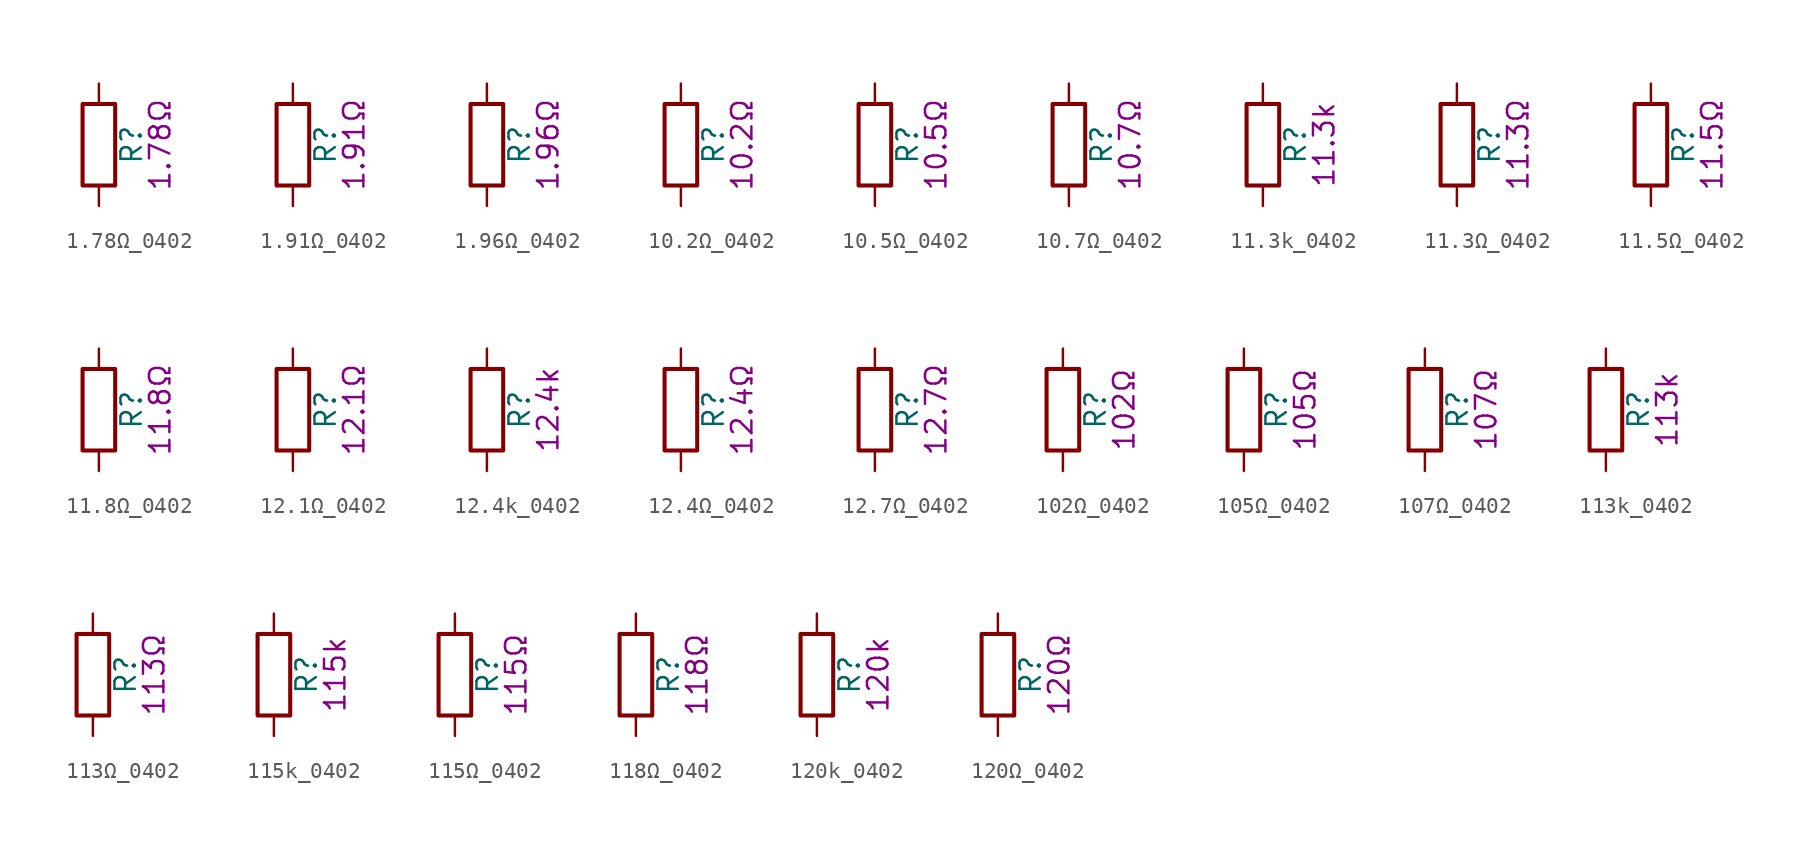
<source format=kicad_sym>
(kicad_symbol_lib
  (version 20211014)
  (generator kicad_symbol_editor)
  (symbol "1.78Ω_0402"
    (pin_numbers hide)
    (pin_names
      (offset 0))
    (property "Reference" "R"
      (at 2.032 0 90)
      (effects (font (size 1.27 1.27))))
    (property "Display" "1.78Ω"
      (at 3.81 0 90)
      (effects (font (size 1.27 1.27))))
    (symbol "1.78Ω_0402_0_1"
      (rectangle (start -1.016 -2.54) (end 1.016 2.54) (stroke (width 0.254) (type default) (color 0 0 0 0)) (fill (type none))))
    (symbol "1.78Ω_0402_1_1"
      (pin passive line (at 0 3.81 270) (length 1.27) (name "~" (effects (font (size 1.27 1.27)))) (number "1" (effects (font (size 1.27 1.27)))))
      (pin passive line (at 0 -3.81 90) (length 1.27) (name "~" (effects (font (size 1.27 1.27)))) (number "2" (effects (font (size 1.27 1.27)))))))
  (symbol "1.91Ω_0402"
    (pin_numbers hide)
    (pin_names
      (offset 0))
    (property "Reference" "R"
      (at 2.032 0 90)
      (effects (font (size 1.27 1.27))))
    (property "Display" "1.91Ω"
      (at 3.81 0 90)
      (effects (font (size 1.27 1.27))))
    (symbol "1.91Ω_0402_0_1"
      (rectangle (start -1.016 -2.54) (end 1.016 2.54) (stroke (width 0.254) (type default) (color 0 0 0 0)) (fill (type none))))
    (symbol "1.91Ω_0402_1_1"
      (pin passive line (at 0 3.81 270) (length 1.27) (name "~" (effects (font (size 1.27 1.27)))) (number "1" (effects (font (size 1.27 1.27)))))
      (pin passive line (at 0 -3.81 90) (length 1.27) (name "~" (effects (font (size 1.27 1.27)))) (number "2" (effects (font (size 1.27 1.27)))))))
  (symbol "1.96Ω_0402"
    (pin_numbers hide)
    (pin_names
      (offset 0))
    (property "Reference" "R"
      (at 2.032 0 90)
      (effects (font (size 1.27 1.27))))
    (property "Display" "1.96Ω"
      (at 3.81 0 90)
      (effects (font (size 1.27 1.27))))
    (symbol "1.96Ω_0402_0_1"
      (rectangle (start -1.016 -2.54) (end 1.016 2.54) (stroke (width 0.254) (type default) (color 0 0 0 0)) (fill (type none))))
    (symbol "1.96Ω_0402_1_1"
      (pin passive line (at 0 3.81 270) (length 1.27) (name "~" (effects (font (size 1.27 1.27)))) (number "1" (effects (font (size 1.27 1.27)))))
      (pin passive line (at 0 -3.81 90) (length 1.27) (name "~" (effects (font (size 1.27 1.27)))) (number "2" (effects (font (size 1.27 1.27)))))))
  (symbol "10.2Ω_0402"
    (pin_numbers hide)
    (pin_names
      (offset 0))
    (property "Reference" "R"
      (at 2.032 0 90)
      (effects (font (size 1.27 1.27))))
    (property "Display" "10.2Ω"
      (at 3.81 0 90)
      (effects (font (size 1.27 1.27))))
    (symbol "10.2Ω_0402_0_1"
      (rectangle (start -1.016 -2.54) (end 1.016 2.54) (stroke (width 0.254) (type default) (color 0 0 0 0)) (fill (type none))))
    (symbol "10.2Ω_0402_1_1"
      (pin passive line (at 0 3.81 270) (length 1.27) (name "~" (effects (font (size 1.27 1.27)))) (number "1" (effects (font (size 1.27 1.27)))))
      (pin passive line (at 0 -3.81 90) (length 1.27) (name "~" (effects (font (size 1.27 1.27)))) (number "2" (effects (font (size 1.27 1.27)))))))
  (symbol "10.5Ω_0402"
    (pin_numbers hide)
    (pin_names
      (offset 0))
    (property "Reference" "R"
      (at 2.032 0 90)
      (effects (font (size 1.27 1.27))))
    (property "Display" "10.5Ω"
      (at 3.81 0 90)
      (effects (font (size 1.27 1.27))))
    (symbol "10.5Ω_0402_0_1"
      (rectangle (start -1.016 -2.54) (end 1.016 2.54) (stroke (width 0.254) (type default) (color 0 0 0 0)) (fill (type none))))
    (symbol "10.5Ω_0402_1_1"
      (pin passive line (at 0 3.81 270) (length 1.27) (name "~" (effects (font (size 1.27 1.27)))) (number "1" (effects (font (size 1.27 1.27)))))
      (pin passive line (at 0 -3.81 90) (length 1.27) (name "~" (effects (font (size 1.27 1.27)))) (number "2" (effects (font (size 1.27 1.27)))))))
  (symbol "10.7Ω_0402"
    (pin_numbers hide)
    (pin_names
      (offset 0))
    (property "Reference" "R"
      (at 2.032 0 90)
      (effects (font (size 1.27 1.27))))
    (property "Display" "10.7Ω"
      (at 3.81 0 90)
      (effects (font (size 1.27 1.27))))
    (symbol "10.7Ω_0402_0_1"
      (rectangle (start -1.016 -2.54) (end 1.016 2.54) (stroke (width 0.254) (type default) (color 0 0 0 0)) (fill (type none))))
    (symbol "10.7Ω_0402_1_1"
      (pin passive line (at 0 3.81 270) (length 1.27) (name "~" (effects (font (size 1.27 1.27)))) (number "1" (effects (font (size 1.27 1.27)))))
      (pin passive line (at 0 -3.81 90) (length 1.27) (name "~" (effects (font (size 1.27 1.27)))) (number "2" (effects (font (size 1.27 1.27)))))))
  (symbol "11.3k_0402"
    (pin_numbers hide)
    (pin_names
      (offset 0))
    (property "Reference" "R"
      (at 2.032 0 90)
      (effects (font (size 1.27 1.27))))
    (property "Display" "11.3k"
      (at 3.81 0 90)
      (effects (font (size 1.27 1.27))))
    (symbol "11.3k_0402_0_1"
      (rectangle (start -1.016 -2.54) (end 1.016 2.54) (stroke (width 0.254) (type default) (color 0 0 0 0)) (fill (type none))))
    (symbol "11.3k_0402_1_1"
      (pin passive line (at 0 3.81 270) (length 1.27) (name "~" (effects (font (size 1.27 1.27)))) (number "1" (effects (font (size 1.27 1.27)))))
      (pin passive line (at 0 -3.81 90) (length 1.27) (name "~" (effects (font (size 1.27 1.27)))) (number "2" (effects (font (size 1.27 1.27)))))))
  (symbol "11.3Ω_0402"
    (pin_numbers hide)
    (pin_names
      (offset 0))
    (property "Reference" "R"
      (at 2.032 0 90)
      (effects (font (size 1.27 1.27))))
    (property "Display" "11.3Ω"
      (at 3.81 0 90)
      (effects (font (size 1.27 1.27))))
    (symbol "11.3Ω_0402_0_1"
      (rectangle (start -1.016 -2.54) (end 1.016 2.54) (stroke (width 0.254) (type default) (color 0 0 0 0)) (fill (type none))))
    (symbol "11.3Ω_0402_1_1"
      (pin passive line (at 0 3.81 270) (length 1.27) (name "~" (effects (font (size 1.27 1.27)))) (number "1" (effects (font (size 1.27 1.27)))))
      (pin passive line (at 0 -3.81 90) (length 1.27) (name "~" (effects (font (size 1.27 1.27)))) (number "2" (effects (font (size 1.27 1.27)))))))
  (symbol "11.5Ω_0402"
    (pin_numbers hide)
    (pin_names
      (offset 0))
    (property "Reference" "R"
      (at 2.032 0 90)
      (effects (font (size 1.27 1.27))))
    (property "Display" "11.5Ω"
      (at 3.81 0 90)
      (effects (font (size 1.27 1.27))))
    (symbol "11.5Ω_0402_0_1"
      (rectangle (start -1.016 -2.54) (end 1.016 2.54) (stroke (width 0.254) (type default) (color 0 0 0 0)) (fill (type none))))
    (symbol "11.5Ω_0402_1_1"
      (pin passive line (at 0 3.81 270) (length 1.27) (name "~" (effects (font (size 1.27 1.27)))) (number "1" (effects (font (size 1.27 1.27)))))
      (pin passive line (at 0 -3.81 90) (length 1.27) (name "~" (effects (font (size 1.27 1.27)))) (number "2" (effects (font (size 1.27 1.27)))))))
  (symbol "11.8Ω_0402"
    (pin_numbers hide)
    (pin_names
      (offset 0))
    (property "Reference" "R"
      (at 2.032 0 90)
      (effects (font (size 1.27 1.27))))
    (property "Display" "11.8Ω"
      (at 3.81 0 90)
      (effects (font (size 1.27 1.27))))
    (symbol "11.8Ω_0402_0_1"
      (rectangle (start -1.016 -2.54) (end 1.016 2.54) (stroke (width 0.254) (type default) (color 0 0 0 0)) (fill (type none))))
    (symbol "11.8Ω_0402_1_1"
      (pin passive line (at 0 3.81 270) (length 1.27) (name "~" (effects (font (size 1.27 1.27)))) (number "1" (effects (font (size 1.27 1.27)))))
      (pin passive line (at 0 -3.81 90) (length 1.27) (name "~" (effects (font (size 1.27 1.27)))) (number "2" (effects (font (size 1.27 1.27)))))))
  (symbol "12.1Ω_0402"
    (pin_numbers hide)
    (pin_names
      (offset 0))
    (property "Reference" "R"
      (at 2.032 0 90)
      (effects (font (size 1.27 1.27))))
    (property "Display" "12.1Ω"
      (at 3.81 0 90)
      (effects (font (size 1.27 1.27))))
    (symbol "12.1Ω_0402_0_1"
      (rectangle (start -1.016 -2.54) (end 1.016 2.54) (stroke (width 0.254) (type default) (color 0 0 0 0)) (fill (type none))))
    (symbol "12.1Ω_0402_1_1"
      (pin passive line (at 0 3.81 270) (length 1.27) (name "~" (effects (font (size 1.27 1.27)))) (number "1" (effects (font (size 1.27 1.27)))))
      (pin passive line (at 0 -3.81 90) (length 1.27) (name "~" (effects (font (size 1.27 1.27)))) (number "2" (effects (font (size 1.27 1.27)))))))
  (symbol "12.4k_0402"
    (pin_numbers hide)
    (pin_names
      (offset 0))
    (property "Reference" "R"
      (at 2.032 0 90)
      (effects (font (size 1.27 1.27))))
    (property "Display" "12.4k"
      (at 3.81 0 90)
      (effects (font (size 1.27 1.27))))
    (symbol "12.4k_0402_0_1"
      (rectangle (start -1.016 -2.54) (end 1.016 2.54) (stroke (width 0.254) (type default) (color 0 0 0 0)) (fill (type none))))
    (symbol "12.4k_0402_1_1"
      (pin passive line (at 0 3.81 270) (length 1.27) (name "~" (effects (font (size 1.27 1.27)))) (number "1" (effects (font (size 1.27 1.27)))))
      (pin passive line (at 0 -3.81 90) (length 1.27) (name "~" (effects (font (size 1.27 1.27)))) (number "2" (effects (font (size 1.27 1.27)))))))
  (symbol "12.4Ω_0402"
    (pin_numbers hide)
    (pin_names
      (offset 0))
    (property "Reference" "R"
      (at 2.032 0 90)
      (effects (font (size 1.27 1.27))))
    (property "Display" "12.4Ω"
      (at 3.81 0 90)
      (effects (font (size 1.27 1.27))))
    (symbol "12.4Ω_0402_0_1"
      (rectangle (start -1.016 -2.54) (end 1.016 2.54) (stroke (width 0.254) (type default) (color 0 0 0 0)) (fill (type none))))
    (symbol "12.4Ω_0402_1_1"
      (pin passive line (at 0 3.81 270) (length 1.27) (name "~" (effects (font (size 1.27 1.27)))) (number "1" (effects (font (size 1.27 1.27)))))
      (pin passive line (at 0 -3.81 90) (length 1.27) (name "~" (effects (font (size 1.27 1.27)))) (number "2" (effects (font (size 1.27 1.27)))))))
  (symbol "12.7Ω_0402"
    (pin_numbers hide)
    (pin_names
      (offset 0))
    (property "Reference" "R"
      (at 2.032 0 90)
      (effects (font (size 1.27 1.27))))
    (property "Display" "12.7Ω"
      (at 3.81 0 90)
      (effects (font (size 1.27 1.27))))
    (symbol "12.7Ω_0402_0_1"
      (rectangle (start -1.016 -2.54) (end 1.016 2.54) (stroke (width 0.254) (type default) (color 0 0 0 0)) (fill (type none))))
    (symbol "12.7Ω_0402_1_1"
      (pin passive line (at 0 3.81 270) (length 1.27) (name "~" (effects (font (size 1.27 1.27)))) (number "1" (effects (font (size 1.27 1.27)))))
      (pin passive line (at 0 -3.81 90) (length 1.27) (name "~" (effects (font (size 1.27 1.27)))) (number "2" (effects (font (size 1.27 1.27)))))))
  (symbol "102Ω_0402"
    (pin_numbers hide)
    (pin_names
      (offset 0))
    (property "Reference" "R"
      (at 2.032 0 90)
      (effects (font (size 1.27 1.27))))
    (property "Display" "102Ω"
      (at 3.81 0 90)
      (effects (font (size 1.27 1.27))))
    (symbol "102Ω_0402_0_1"
      (rectangle (start -1.016 -2.54) (end 1.016 2.54) (stroke (width 0.254) (type default) (color 0 0 0 0)) (fill (type none))))
    (symbol "102Ω_0402_1_1"
      (pin passive line (at 0 3.81 270) (length 1.27) (name "~" (effects (font (size 1.27 1.27)))) (number "1" (effects (font (size 1.27 1.27)))))
      (pin passive line (at 0 -3.81 90) (length 1.27) (name "~" (effects (font (size 1.27 1.27)))) (number "2" (effects (font (size 1.27 1.27)))))))
  (symbol "105Ω_0402"
    (pin_numbers hide)
    (pin_names
      (offset 0))
    (property "Reference" "R"
      (at 2.032 0 90)
      (effects (font (size 1.27 1.27))))
    (property "Display" "105Ω"
      (at 3.81 0 90)
      (effects (font (size 1.27 1.27))))
    (symbol "105Ω_0402_0_1"
      (rectangle (start -1.016 -2.54) (end 1.016 2.54) (stroke (width 0.254) (type default) (color 0 0 0 0)) (fill (type none))))
    (symbol "105Ω_0402_1_1"
      (pin passive line (at 0 3.81 270) (length 1.27) (name "~" (effects (font (size 1.27 1.27)))) (number "1" (effects (font (size 1.27 1.27)))))
      (pin passive line (at 0 -3.81 90) (length 1.27) (name "~" (effects (font (size 1.27 1.27)))) (number "2" (effects (font (size 1.27 1.27)))))))
  (symbol "107Ω_0402"
    (pin_numbers hide)
    (pin_names
      (offset 0))
    (property "Reference" "R"
      (at 2.032 0 90)
      (effects (font (size 1.27 1.27))))
    (property "Display" "107Ω"
      (at 3.81 0 90)
      (effects (font (size 1.27 1.27))))
    (symbol "107Ω_0402_0_1"
      (rectangle (start -1.016 -2.54) (end 1.016 2.54) (stroke (width 0.254) (type default) (color 0 0 0 0)) (fill (type none))))
    (symbol "107Ω_0402_1_1"
      (pin passive line (at 0 3.81 270) (length 1.27) (name "~" (effects (font (size 1.27 1.27)))) (number "1" (effects (font (size 1.27 1.27)))))
      (pin passive line (at 0 -3.81 90) (length 1.27) (name "~" (effects (font (size 1.27 1.27)))) (number "2" (effects (font (size 1.27 1.27)))))))
  (symbol "113k_0402"
    (pin_numbers hide)
    (pin_names
      (offset 0))
    (property "Reference" "R"
      (at 2.032 0 90)
      (effects (font (size 1.27 1.27))))
    (property "Display" "113k"
      (at 3.81 0 90)
      (effects (font (size 1.27 1.27))))
    (symbol "113k_0402_0_1"
      (rectangle (start -1.016 -2.54) (end 1.016 2.54) (stroke (width 0.254) (type default) (color 0 0 0 0)) (fill (type none))))
    (symbol "113k_0402_1_1"
      (pin passive line (at 0 3.81 270) (length 1.27) (name "~" (effects (font (size 1.27 1.27)))) (number "1" (effects (font (size 1.27 1.27)))))
      (pin passive line (at 0 -3.81 90) (length 1.27) (name "~" (effects (font (size 1.27 1.27)))) (number "2" (effects (font (size 1.27 1.27)))))))
  (symbol "113Ω_0402"
    (pin_numbers hide)
    (pin_names
      (offset 0))
    (property "Reference" "R"
      (at 2.032 0 90)
      (effects (font (size 1.27 1.27))))
    (property "Display" "113Ω"
      (at 3.81 0 90)
      (effects (font (size 1.27 1.27))))
    (symbol "113Ω_0402_0_1"
      (rectangle (start -1.016 -2.54) (end 1.016 2.54) (stroke (width 0.254) (type default) (color 0 0 0 0)) (fill (type none))))
    (symbol "113Ω_0402_1_1"
      (pin passive line (at 0 3.81 270) (length 1.27) (name "~" (effects (font (size 1.27 1.27)))) (number "1" (effects (font (size 1.27 1.27)))))
      (pin passive line (at 0 -3.81 90) (length 1.27) (name "~" (effects (font (size 1.27 1.27)))) (number "2" (effects (font (size 1.27 1.27)))))))
  (symbol "115k_0402"
    (pin_numbers hide)
    (pin_names
      (offset 0))
    (property "Reference" "R"
      (at 2.032 0 90)
      (effects (font (size 1.27 1.27))))
    (property "Display" "115k"
      (at 3.81 0 90)
      (effects (font (size 1.27 1.27))))
    (symbol "115k_0402_0_1"
      (rectangle (start -1.016 -2.54) (end 1.016 2.54) (stroke (width 0.254) (type default) (color 0 0 0 0)) (fill (type none))))
    (symbol "115k_0402_1_1"
      (pin passive line (at 0 3.81 270) (length 1.27) (name "~" (effects (font (size 1.27 1.27)))) (number "1" (effects (font (size 1.27 1.27)))))
      (pin passive line (at 0 -3.81 90) (length 1.27) (name "~" (effects (font (size 1.27 1.27)))) (number "2" (effects (font (size 1.27 1.27)))))))
  (symbol "115Ω_0402"
    (pin_numbers hide)
    (pin_names
      (offset 0))
    (property "Reference" "R"
      (at 2.032 0 90)
      (effects (font (size 1.27 1.27))))
    (property "Display" "115Ω"
      (at 3.81 0 90)
      (effects (font (size 1.27 1.27))))
    (symbol "115Ω_0402_0_1"
      (rectangle (start -1.016 -2.54) (end 1.016 2.54) (stroke (width 0.254) (type default) (color 0 0 0 0)) (fill (type none))))
    (symbol "115Ω_0402_1_1"
      (pin passive line (at 0 3.81 270) (length 1.27) (name "~" (effects (font (size 1.27 1.27)))) (number "1" (effects (font (size 1.27 1.27)))))
      (pin passive line (at 0 -3.81 90) (length 1.27) (name "~" (effects (font (size 1.27 1.27)))) (number "2" (effects (font (size 1.27 1.27)))))))
  (symbol "118Ω_0402"
    (pin_numbers hide)
    (pin_names
      (offset 0))
    (property "Reference" "R"
      (at 2.032 0 90)
      (effects (font (size 1.27 1.27))))
    (property "Display" "118Ω"
      (at 3.81 0 90)
      (effects (font (size 1.27 1.27))))
    (symbol "118Ω_0402_0_1"
      (rectangle (start -1.016 -2.54) (end 1.016 2.54) (stroke (width 0.254) (type default) (color 0 0 0 0)) (fill (type none))))
    (symbol "118Ω_0402_1_1"
      (pin passive line (at 0 3.81 270) (length 1.27) (name "~" (effects (font (size 1.27 1.27)))) (number "1" (effects (font (size 1.27 1.27)))))
      (pin passive line (at 0 -3.81 90) (length 1.27) (name "~" (effects (font (size 1.27 1.27)))) (number "2" (effects (font (size 1.27 1.27)))))))
  (symbol "120k_0402"
    (pin_numbers hide)
    (pin_names
      (offset 0))
    (property "Reference" "R"
      (at 2.032 0 90)
      (effects (font (size 1.27 1.27))))
    (property "Display" "120k"
      (at 3.81 0 90)
      (effects (font (size 1.27 1.27))))
    (symbol "120k_0402_0_1"
      (rectangle (start -1.016 -2.54) (end 1.016 2.54) (stroke (width 0.254) (type default) (color 0 0 0 0)) (fill (type none))))
    (symbol "120k_0402_1_1"
      (pin passive line (at 0 3.81 270) (length 1.27) (name "~" (effects (font (size 1.27 1.27)))) (number "1" (effects (font (size 1.27 1.27)))))
      (pin passive line (at 0 -3.81 90) (length 1.27) (name "~" (effects (font (size 1.27 1.27)))) (number "2" (effects (font (size 1.27 1.27)))))))
  (symbol "120Ω_0402"
    (pin_numbers hide)
    (pin_names
      (offset 0))
    (property "Reference" "R"
      (at 2.032 0 90)
      (effects (font (size 1.27 1.27))))
    (property "Display" "120Ω"
      (at 3.81 0 90)
      (effects (font (size 1.27 1.27))))
    (symbol "120Ω_0402_0_1"
      (rectangle (start -1.016 -2.54) (end 1.016 2.54) (stroke (width 0.254) (type default) (color 0 0 0 0)) (fill (type none))))
    (symbol "120Ω_0402_1_1"
      (pin passive line (at 0 3.81 270) (length 1.27) (name "~" (effects (font (size 1.27 1.27)))) (number "1" (effects (font (size 1.27 1.27)))))
      (pin passive line (at 0 -3.81 90) (length 1.27) (name "~" (effects (font (size 1.27 1.27)))) (number "2" (effects (font (size 1.27 1.27))))))))
</source>
